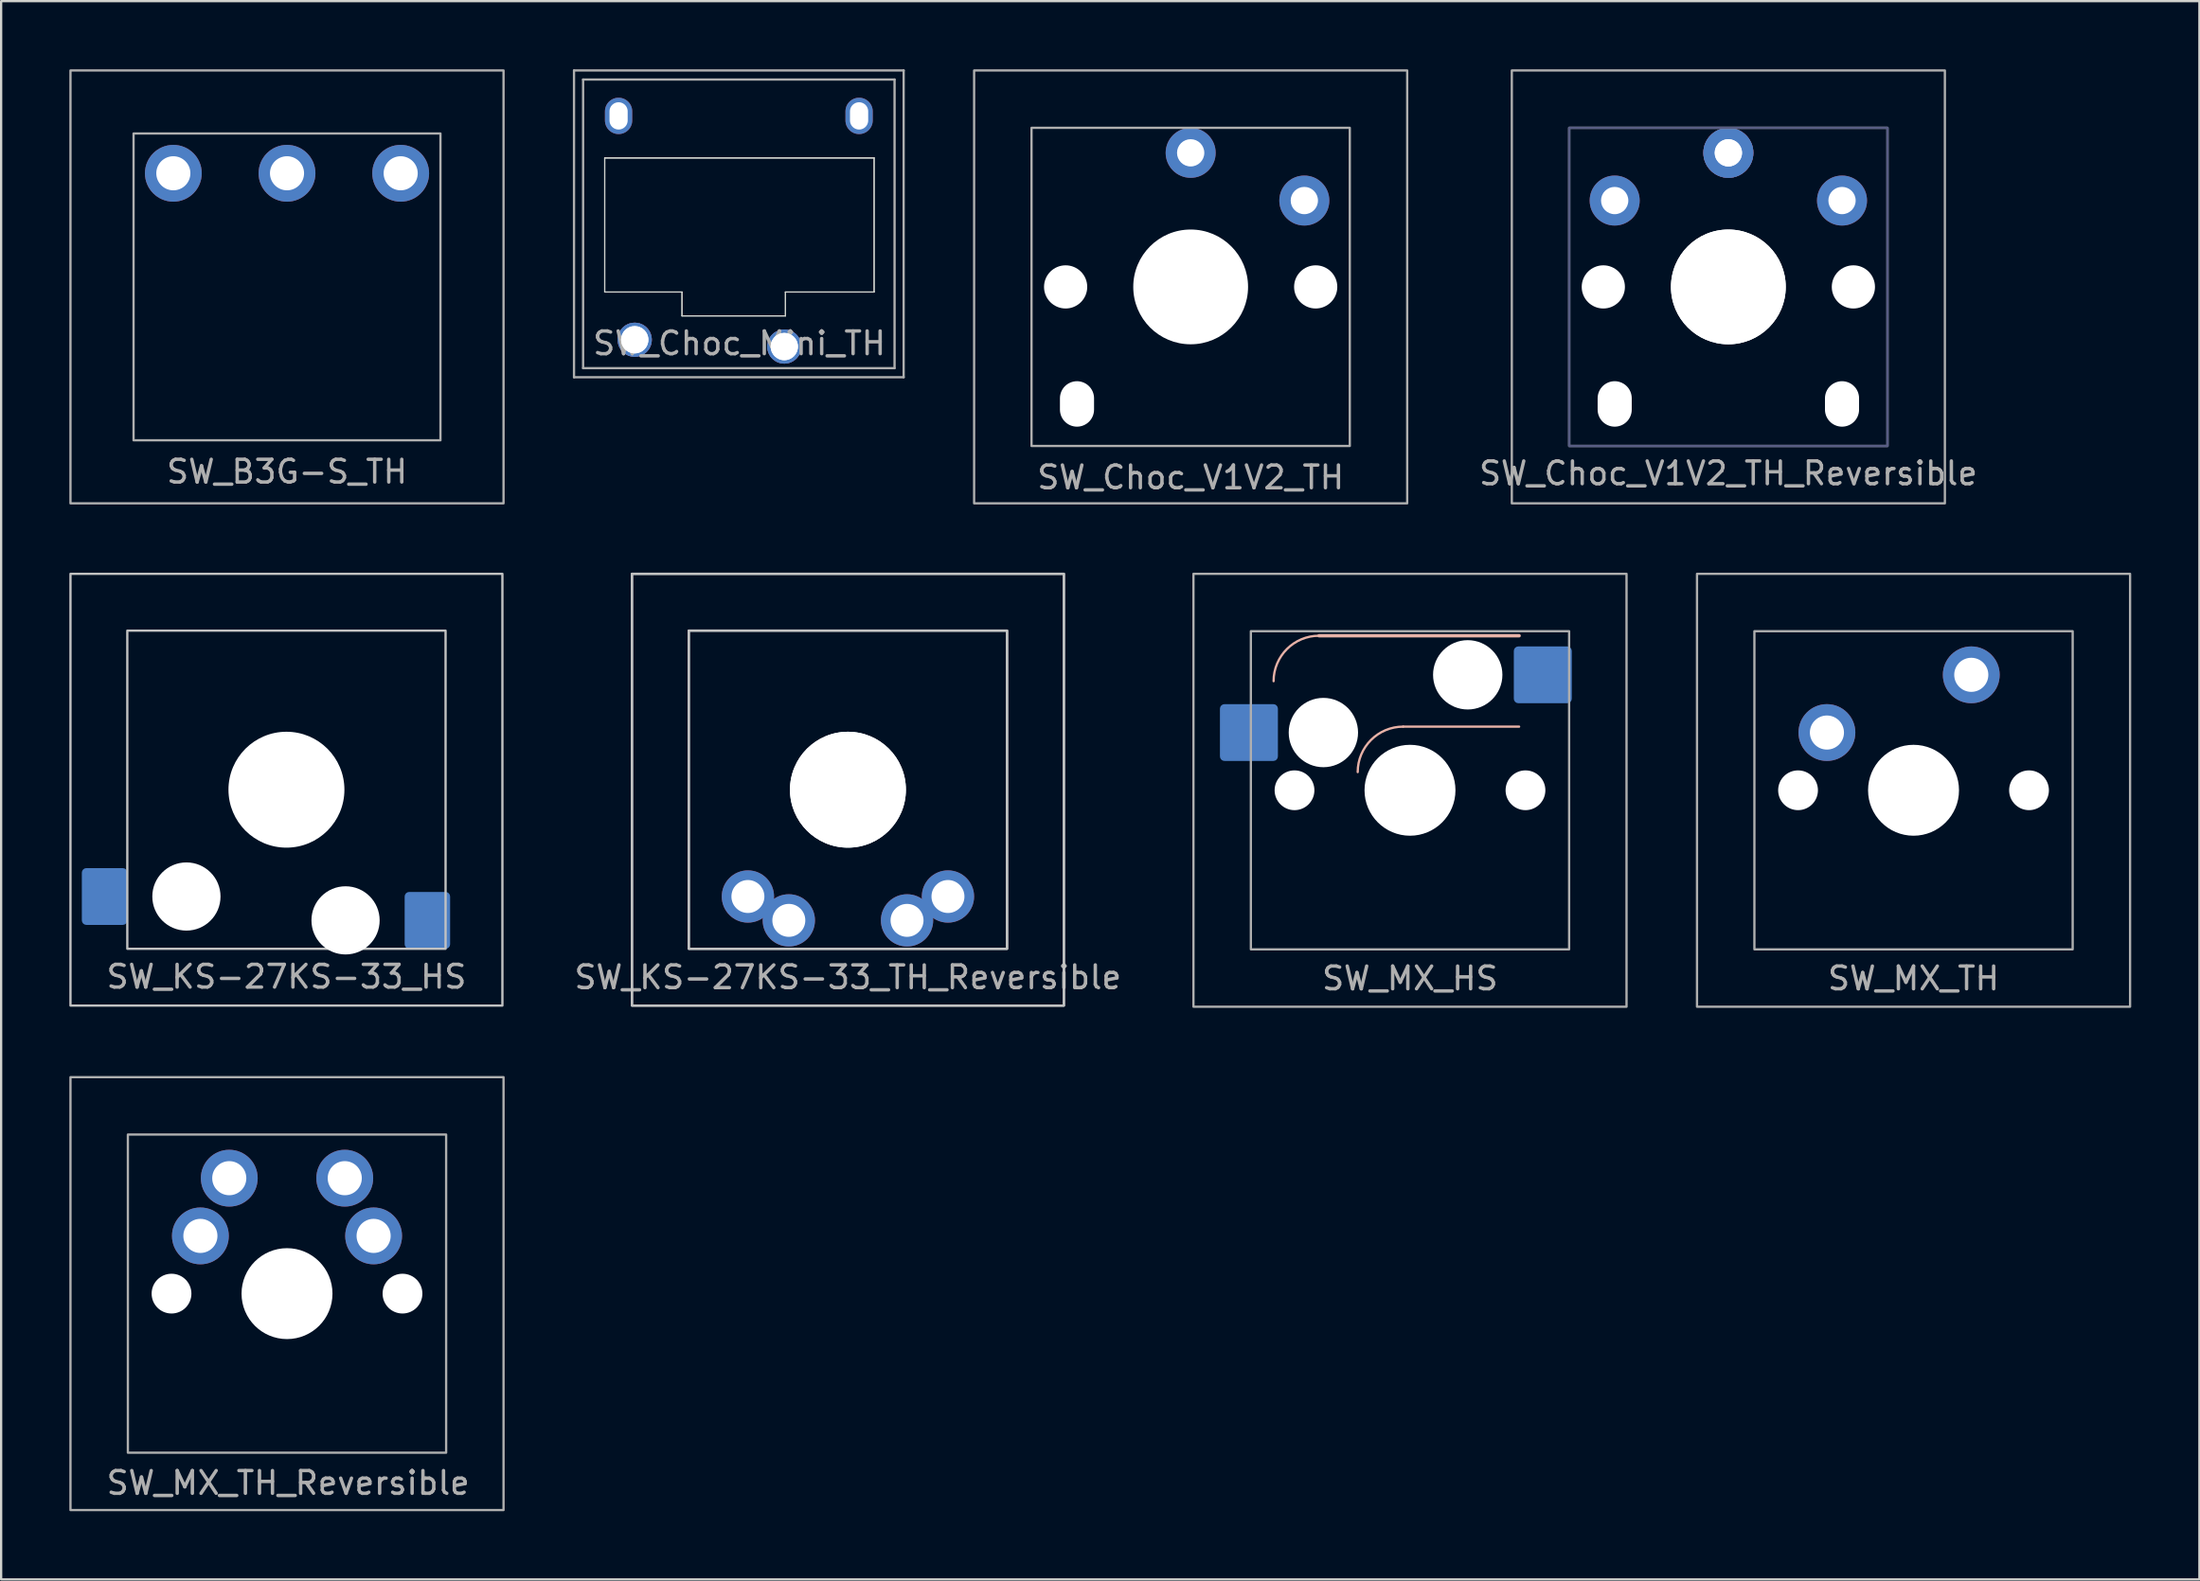
<source format=kicad_pcb>
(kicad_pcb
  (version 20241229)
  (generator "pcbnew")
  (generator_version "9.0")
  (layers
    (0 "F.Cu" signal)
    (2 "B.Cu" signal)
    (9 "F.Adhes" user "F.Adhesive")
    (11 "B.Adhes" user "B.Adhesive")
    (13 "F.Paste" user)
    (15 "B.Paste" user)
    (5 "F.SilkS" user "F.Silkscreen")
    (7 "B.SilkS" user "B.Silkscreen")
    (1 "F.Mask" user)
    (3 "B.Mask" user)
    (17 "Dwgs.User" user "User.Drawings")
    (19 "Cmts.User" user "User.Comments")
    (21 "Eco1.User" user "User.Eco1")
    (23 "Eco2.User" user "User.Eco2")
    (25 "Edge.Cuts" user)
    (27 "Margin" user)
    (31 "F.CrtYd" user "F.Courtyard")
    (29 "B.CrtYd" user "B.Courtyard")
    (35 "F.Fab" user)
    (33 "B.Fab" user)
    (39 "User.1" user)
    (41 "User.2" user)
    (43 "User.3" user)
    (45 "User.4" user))
  (footprint "SW_KS-27KS-33_TH_Reversible"
    (layer "F.Cu")
    (at 34.249 31.7)
    (property "Reference" "SW_KS-27KS-33_TH_Reversible" (at 0 8.255 0) (layer "F.Fab") (effects (font (size 1 1) (thickness 0.15))))
    (attr through_hole)
    (fp_rect (start -9.5 -9.5) (end 9.5 9.5) (stroke (width 0.1) (type default)) (fill no) (layer "Dwgs.User"))
    (fp_rect (start -9.5 -9.5) (end 9.5 9.5) (stroke (width 0.1) (type default)) (fill no) (layer "Dwgs.User"))
    (fp_rect (start -7 -7) (end 7 7) (stroke (width 0.1) (type default)) (fill no) (layer "Dwgs.User"))
    (fp_rect (start -7 -7) (end 7 7) (stroke (width 0.1) (type default)) (fill no) (layer "Dwgs.User"))
    (pad "" np_thru_hole circle (at 0 0 180) (size 5.1 5.1) (drill 5.1) (layers "*.Cu" "*.Mask"))
    (pad "" np_thru_hole circle (at 0 0 180) (size 5.1 5.1) (drill 5.1) (layers "*.Cu" "*.Mask"))
    (pad "1" thru_hole circle (at -4.4 4.7 180) (size 2.3 2.3) (drill 1.45) (layers "*.Cu" "*.Mask"))
    (pad "1" thru_hole circle (at 4.4 4.7 180) (size 2.3 2.3) (drill 1.45) (layers "*.Cu" "*.Mask"))
    (pad "2" thru_hole circle (at -2.6 5.75 180) (size 2.3 2.3) (drill 1.45) (layers "*.Cu" "*.Mask"))
    (pad "2" thru_hole circle (at 2.6 5.75 180) (size 2.3 2.3) (drill 1.45) (layers "*.Cu" "*.Mask")))
  (footprint "SW_Choc_Mini_TH"
    (layer "F.Cu")
    (at 29.45 6.8)
    (property "Reference" "SW_Choc_Mini_TH" (at 0.025 5.258 0) (layer "F.Fab") (effects (font (size 1 1) (thickness 0.15))))
    (attr through_hole)
    (fp_line (start -5.9 -2.9) (end -5.9 3) (stroke (width 0.05) (type solid)) (layer "Edge.Cuts"))
    (fp_line (start -5.9 -2.9) (end -5.9 3) (stroke (width 0.05) (type solid)) (layer "Edge.Cuts"))
    (fp_line (start -5.9 3) (end -2.5 3) (stroke (width 0.05) (type solid)) (layer "Edge.Cuts"))
    (fp_line (start -5.9 3) (end -2.5 3) (stroke (width 0.05) (type solid)) (layer "Edge.Cuts"))
    (fp_line (start -2.5 3) (end -2.5 4.05) (stroke (width 0.05) (type solid)) (layer "Edge.Cuts"))
    (fp_line (start -2.5 3) (end -2.5 4.05) (stroke (width 0.05) (type solid)) (layer "Edge.Cuts"))
    (fp_line (start -2.5 4.05) (end 2.05 4.05) (stroke (width 0.05) (type solid)) (layer "Edge.Cuts"))
    (fp_line (start -2.5 4.05) (end 2.05 4.05) (stroke (width 0.05) (type solid)) (layer "Edge.Cuts"))
    (fp_line (start 2.05 3) (end 5.95 3) (stroke (width 0.05) (type solid)) (layer "Edge.Cuts"))
    (fp_line (start 2.05 3) (end 5.95 3) (stroke (width 0.05) (type solid)) (layer "Edge.Cuts"))
    (fp_line (start 2.05 4.05) (end 2.05 3) (stroke (width 0.05) (type solid)) (layer "Edge.Cuts"))
    (fp_line (start 2.05 4.05) (end 2.05 3) (stroke (width 0.05) (type solid)) (layer "Edge.Cuts"))
    (fp_line (start 5.95 -2.9) (end -5.9 -2.9) (stroke (width 0.05) (type solid)) (layer "Edge.Cuts"))
    (fp_line (start 5.95 -2.9) (end -5.9 -2.9) (stroke (width 0.05) (type solid)) (layer "Edge.Cuts"))
    (fp_line (start 5.95 3) (end 5.95 -2.9) (stroke (width 0.05) (type solid)) (layer "Edge.Cuts"))
    (fp_line (start 5.95 3) (end 5.95 -2.9) (stroke (width 0.05) (type solid)) (layer "Edge.Cuts"))
    (fp_line (start -7.25 -6.75) (end -7.25 6.75) (stroke (width 0.1) (type solid)) (layer "F.Fab"))
    (fp_line (start -7.25 6.75) (end 7.25 6.75) (stroke (width 0.1) (type solid)) (layer "F.Fab"))
    (fp_line (start -6.85 -6.35) (end -6.85 6.35) (stroke (width 0.1) (type solid)) (layer "F.Fab"))
    (fp_line (start -6.85 6.35) (end 6.85 6.35) (stroke (width 0.1) (type solid)) (layer "F.Fab"))
    (fp_line (start 6.85 -6.35) (end -6.85 -6.35) (stroke (width 0.1) (type solid)) (layer "F.Fab"))
    (fp_line (start 6.85 6.35) (end 6.85 -6.35) (stroke (width 0.1) (type solid)) (layer "F.Fab"))
    (fp_line (start 7.25 -6.75) (end -7.25 -6.75) (stroke (width 0.1) (type solid)) (layer "F.Fab"))
    (fp_line (start 7.25 6.75) (end 7.25 -6.75) (stroke (width 0.1) (type solid)) (layer "F.Fab"))
    (pad "" np_thru_hole oval (at -5.29 -4.75) (size 1.2 1.6) (drill oval 0.8 1.2) (layers "*.Cu" "*.Mask"))
    (pad "" np_thru_hole oval (at 5.29 -4.75) (size 1.2 1.6) (drill oval 0.8 1.2) (layers "*.Cu" "*.Mask"))
    (pad "1" thru_hole circle (at 2 5.4) (size 1.5 1.5) (drill 1.2) (layers "*.Cu" "*.Mask"))
    (pad "1" thru_hole circle (at 2 5.4) (size 1.5 1.5) (drill 1.2) (layers "*.Cu" "*.Mask"))
    (pad "2" thru_hole circle (at -4.58 5.1) (size 1.5 1.5) (drill 1.2) (layers "*.Cu" "*.Mask"))
    (pad "2" thru_hole circle (at -4.58 5.1) (size 1.5 1.5) (drill 1.2) (layers "*.Cu" "*.Mask")))
  (footprint "SW_B3G-S_TH"
    (layer "F.Cu")
    (at 9.575 9.575)
    (property "Reference" "SW_B3G-S_TH" (at 0 8.13 0) (layer "F.Fab") (effects (font (size 1 1) (thickness 0.15))))
    (attr through_hole)
    (fp_rect (start -9.525 -9.525) (end 9.525 9.525) (stroke (width 0.1) (type solid)) (fill no) (layer "F.Fab"))
    (fp_rect (start -6.75 -6.75) (end 6.75 6.75) (stroke (width 0.1) (type solid)) (fill no) (layer "F.Fab"))
    (pad "1" thru_hole circle (at -5 -5 180) (size 2.5 2.5) (drill 1.5) (layers "*.Cu" "B.Mask"))
    (pad "1" thru_hole circle (at 5 -5 180) (size 2.5 2.5) (drill 1.5) (layers "*.Cu" "B.Mask"))
    (pad "2" thru_hole circle (at 0 -5 180) (size 2.5 2.5) (drill 1.5) (layers "*.Cu" "B.Mask")))
  (footprint "SW_Choc_V1V2_TH"
    (layer "F.Cu")
    (at 49.325 9.575)
    (property "Reference" "SW_Choc_V1V2_TH" (at 0 8.382 0) (layer "F.Fab") (effects (font (size 1 1) (thickness 0.15))))
    (attr through_hole)
    (fp_rect (start -9.525 -9.525) (end 9.525 9.525) (stroke (width 0.1) (type solid)) (fill no) (layer "F.Fab"))
    (fp_rect (start -7 -7) (end 7 7) (stroke (width 0.1) (type solid)) (fill no) (layer "F.Fab"))
    (pad "" np_thru_hole circle (at -5.5 0) (size 1.9 1.9) (drill 1.9) (layers "*.Cu" "*.Mask"))
    (pad "" np_thru_hole oval (at -5 5.15 270) (size 2 1.5) (drill oval 2 1.6) (layers "*.Cu" "*.Mask"))
    (pad "" np_thru_hole circle (at 0 0) (size 5.05 5.05) (drill 5.05) (layers "*.Cu" "*.Mask"))
    (pad "" np_thru_hole circle (at 5.5 0) (size 1.9 1.9) (drill 1.9) (layers "*.Cu" "*.Mask"))
    (pad "1" thru_hole circle (at 0 -5.9) (size 2.2 2.2) (drill 1.2) (layers "*.Cu" "*.Mask"))
    (pad "2" thru_hole circle (at 5 -3.8) (size 2.2 2.2) (drill 1.2) (layers "*.Cu" "*.Mask")))
  (footprint "SW_MX_TH_Reversible"
    (layer "F.Cu")
    (at 9.575 53.875)
    (property "Reference" "SW_MX_TH_Reversible" (at 0.051 8.331 0) (layer "F.Fab") (effects (font (size 1 1) (thickness 0.15))))
    (attr through_hole)
    (fp_rect (start -9.525 -9.525) (end 9.525 9.525) (stroke (width 0.1) (type solid)) (fill no) (layer "F.Fab"))
    (fp_rect (start -7 -7) (end 7 7) (stroke (width 0.1) (type solid)) (fill no) (layer "F.Fab"))
    (pad "" np_thru_hole circle (at -5.08 0) (size 1.75 1.75) (drill 1.75) (layers "*.Cu" "*.Mask"))
    (pad "" np_thru_hole circle (at 0 0) (size 4 4) (drill 4) (layers "*.Cu" "*.Mask"))
    (pad "" np_thru_hole circle (at 5.08 0) (size 1.75 1.75) (drill 1.75) (layers "*.Cu" "*.Mask"))
    (pad "1" thru_hole circle (at -3.81 -2.54) (size 2.5 2.5) (drill 1.5) (layers "*.Cu" "*.Mask"))
    (pad "1" thru_hole circle (at 3.81 -2.54) (size 2.5 2.5) (drill 1.5) (layers "*.Cu" "*.Mask"))
    (pad "2" thru_hole circle (at -2.54 -5.08) (size 2.5 2.5) (drill 1.5) (layers "*.Cu" "*.Mask"))
    (pad "2" thru_hole circle (at 2.54 -5.08) (size 2.5 2.5) (drill 1.5) (layers "*.Cu" "*.Mask")))
  (footprint "SW_Choc_V1V2_TH_Reversible"
    (layer "F.Cu")
    (at 72.977 9.575)
    (property "Reference" "SW_Choc_V1V2_TH_Reversible" (at 0 8.204 0) (layer "F.Fab") (effects (font (size 1 1) (thickness 0.15))))
    (attr through_hole)
    (fp_rect (start -7 -7) (end 7 7) (stroke (width 0.1) (type solid)) (fill no) (layer "B.Fab"))
    (fp_rect (start -9.525 -9.525) (end 9.525 9.525) (stroke (width 0.1) (type solid)) (fill no) (layer "F.Fab"))
    (fp_rect (start -7 -7) (end 7 7) (stroke (width 0.1) (type solid)) (fill no) (layer "F.Fab"))
    (pad "" np_thru_hole circle (at -5.5 0) (size 1.9 1.9) (drill 1.9) (layers "*.Cu" "*.Mask"))
    (pad "" np_thru_hole oval (at -5 5.15 270) (size 2 1.5) (drill oval 2 1.6) (layers "*.Cu" "*.Mask"))
    (pad "" np_thru_hole circle (at 0 0) (size 5.05 5.05) (drill 5.05) (layers "*.Cu" "*.Mask"))
    (pad "" np_thru_hole circle (at 0 0) (size 5.05 5.05) (drill 5.05) (layers "*.Cu" "*.Mask"))
    (pad "" np_thru_hole oval (at 5 5.15 90) (size 2 1.5) (drill oval 2 1.6) (layers "*.Cu" "*.Mask"))
    (pad "" np_thru_hole circle (at 5.5 0) (size 1.9 1.9) (drill 1.9) (layers "*.Cu" "*.Mask"))
    (pad "1" thru_hole circle (at 0 -5.9) (size 2.2 2.2) (drill 1.2) (layers "*.Cu" "*.Mask"))
    (pad "1" thru_hole circle (at 0 -5.9) (size 2.2 2.2) (drill 1.2) (layers "*.Cu" "*.Mask"))
    (pad "2" thru_hole circle (at -5 -3.8) (size 2.2 2.2) (drill 1.2) (layers "*.Cu" "*.Mask"))
    (pad "2" thru_hole circle (at 5 -3.8) (size 2.2 2.2) (drill 1.2) (layers "*.Cu" "*.Mask")))
  (footprint "SW_KS-27KS-33_HS"
    (layer "F.Cu")
    (at 9.55 31.7)
    (property "Reference" "SW_KS-27KS-33_HS" (at 0 8.23 0) (unlocked yes) (layer "F.Fab") (effects (font (size 1 1) (thickness 0.15))))
    (attr smd)
    (fp_rect (start -9.5 -9.5) (end 9.5 9.5) (stroke (width 0.1) (type default)) (fill no) (layer "Dwgs.User"))
    (fp_rect (start -7 -7) (end 7 7) (stroke (width 0.1) (type default)) (fill no) (layer "Dwgs.User"))
    (pad "" np_thru_hole circle (at -4.4 4.7) (size 3 3) (drill 3) (layers "*.Cu" "*.Mask"))
    (pad "" np_thru_hole circle (at 0 0) (size 5.1 5.1) (drill 5.1) (layers "*.Cu" "*.Mask"))
    (pad "" np_thru_hole circle (at 2.6 5.75) (size 3 3) (drill 3) (layers "*.Cu" "*.Mask"))
    (pad "1" smd roundrect (at -8 4.7) (size 2 2.5) (layers "B.Cu" "B.Mask" "B.Paste") (roundrect_rratio 0.1))
    (pad "2" smd roundrect (at 6.2 5.75) (size 2 2.5) (layers "B.Cu" "B.Mask" "B.Paste") (roundrect_rratio 0.1)))
  (footprint "SW_MX_HS"
    (layer "F.Cu")
    (at 58.973 31.725)
    (property "Reference" "SW_MX_HS" (at 0 8.28 0) (layer "F.Fab") (effects (font (size 1 1) (thickness 0.15))))
    (attr smd)
    (fp_line (start -4 -6.8) (end 4.8 -6.8) (stroke (width 0.15) (type solid)) (layer "B.SilkS"))
    (fp_line (start -0.3 -2.8) (end 4.8 -2.8) (stroke (width 0.1) (type solid)) (layer "B.SilkS"))
    (fp_arc (start -6 -4.8) (mid -5.414214 -6.214214) (end -4 -6.8) (stroke (width 0.1) (type solid)) (layer "B.SilkS"))
    (fp_arc (start -2.3 -0.8) (mid -1.714214 -2.214214) (end -0.3 -2.8) (stroke (width 0.1) (type solid)) (layer "B.SilkS"))
    (fp_line (start -7 -2.9) (end -7.8 -2.9) (stroke (width 0.1) (type solid)) (layer "Eco1.User"))
    (fp_rect (start -9.525 -9.525) (end 9.525 9.525) (stroke (width 0.1) (type solid)) (fill no) (layer "F.Fab"))
    (fp_rect (start -7 -7) (end 7 7) (stroke (width 0.1) (type solid)) (fill no) (layer "F.Fab"))
    (pad "" np_thru_hole circle (at -5.08 0) (size 1.75 1.75) (drill 1.75) (layers "*.Cu" "*.Mask"))
    (pad "" np_thru_hole circle (at -3.81 -2.54) (size 3.05 3.05) (drill 3.05) (layers "*.Cu" "*.Mask"))
    (pad "" np_thru_hole circle (at 0 0) (size 4 4) (drill 4) (layers "*.Cu" "*.Mask"))
    (pad "" np_thru_hole circle (at 2.54 -5.08) (size 3.05 3.05) (drill 3.05) (layers "*.Cu" "*.Mask"))
    (pad "" np_thru_hole circle (at 5.08 0) (size 1.75 1.75) (drill 1.75) (layers "*.Cu" "*.Mask"))
    (pad "1" smd roundrect (at -7.085 -2.54) (size 2.55 2.5) (layers "B.Cu" "B.Mask" "B.Paste") (roundrect_rratio 0.08))
    (pad "2" smd roundrect (at 5.842 -5.08) (size 2.55 2.5) (layers "B.Cu" "B.Mask" "B.Paste") (roundrect_rratio 0.08)))
  (footprint "SW_MX_TH"
    (layer "F.Cu")
    (at 81.123 31.725)
    (property "Reference" "SW_MX_TH" (at 0 8.28 0) (layer "F.Fab") (effects (font (size 1 1) (thickness 0.15))))
    (attr through_hole)
    (fp_rect (start -9.525 -9.525) (end 9.525 9.525) (stroke (width 0.1) (type solid)) (fill no) (layer "F.Fab"))
    (fp_rect (start -7 -7) (end 7 7) (stroke (width 0.1) (type solid)) (fill no) (layer "F.Fab"))
    (pad "" np_thru_hole circle (at -5.08 0) (size 1.75 1.75) (drill 1.75) (layers "*.Cu" "*.Mask"))
    (pad "" np_thru_hole circle (at 0 0) (size 4 4) (drill 4) (layers "*.Cu" "*.Mask"))
    (pad "" np_thru_hole circle (at 5.08 0) (size 1.75 1.75) (drill 1.75) (layers "*.Cu" "*.Mask"))
    (pad "1" thru_hole circle (at -3.81 -2.54) (size 2.5 2.5) (drill 1.5) (layers "*.Cu" "*.Mask"))
    (pad "2" thru_hole circle (at 2.54 -5.08) (size 2.5 2.5) (drill 1.5) (layers "*.Cu" "*.Mask")))
  (gr_rect
    (start -3 -3)
    (end 93.698 66.45)
    (stroke (width 0.1) (type default))
    (fill no)
    (layer "Edge.Cuts")))
</source>
